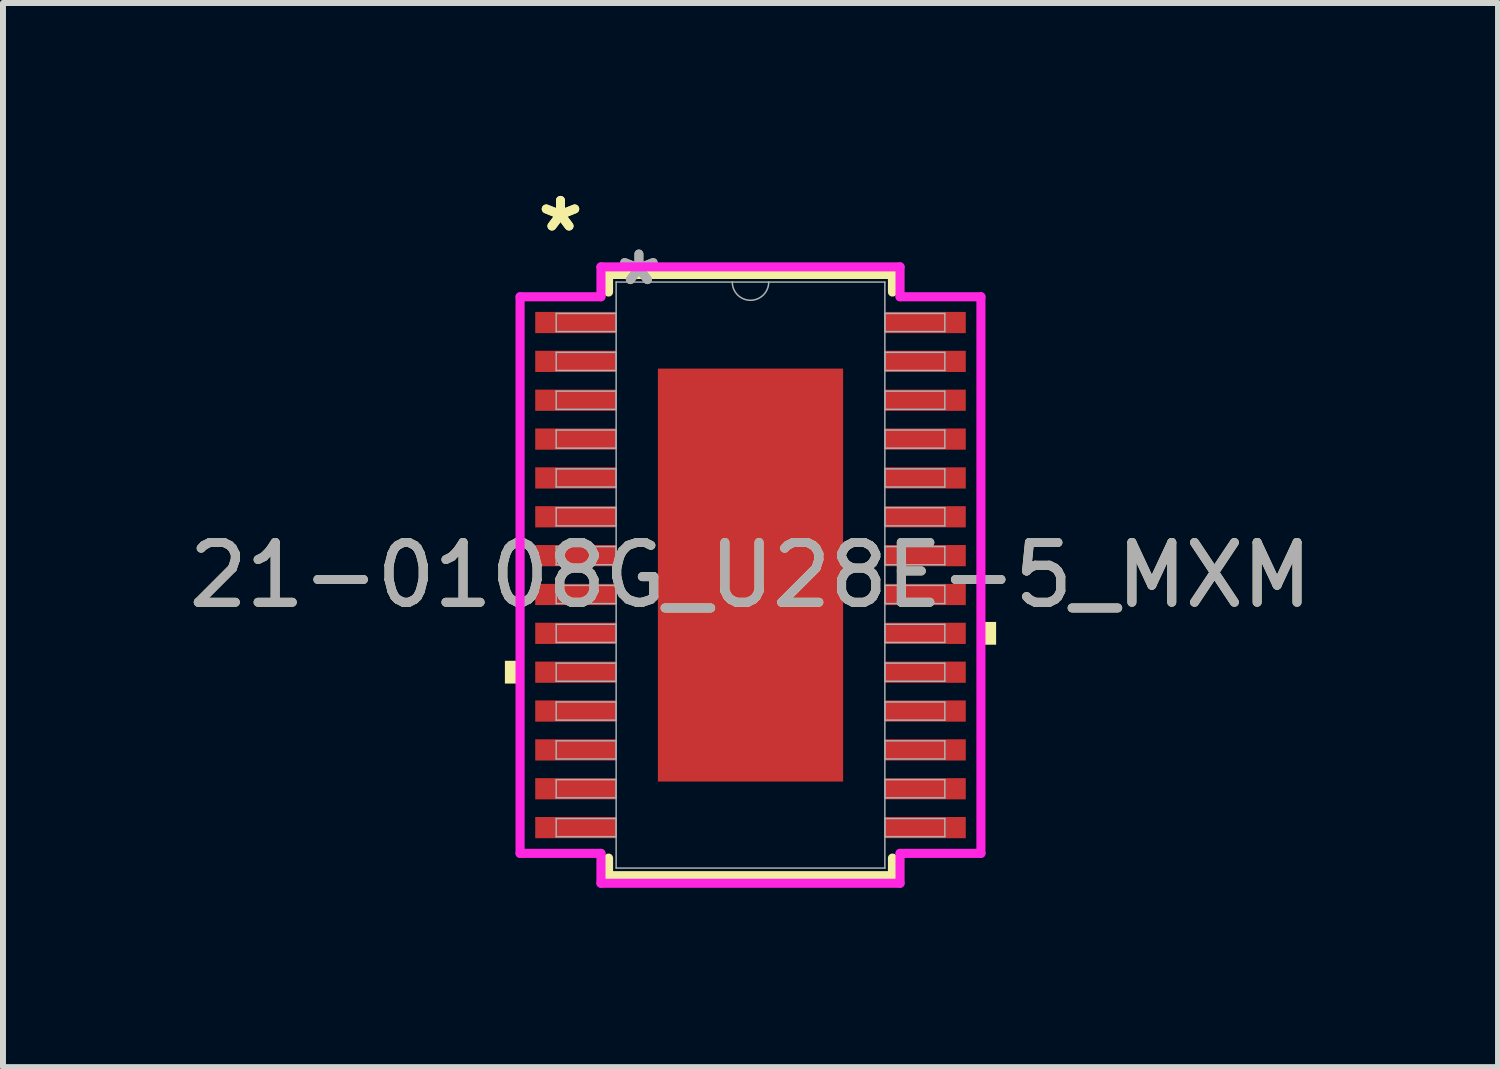
<source format=kicad_pcb>
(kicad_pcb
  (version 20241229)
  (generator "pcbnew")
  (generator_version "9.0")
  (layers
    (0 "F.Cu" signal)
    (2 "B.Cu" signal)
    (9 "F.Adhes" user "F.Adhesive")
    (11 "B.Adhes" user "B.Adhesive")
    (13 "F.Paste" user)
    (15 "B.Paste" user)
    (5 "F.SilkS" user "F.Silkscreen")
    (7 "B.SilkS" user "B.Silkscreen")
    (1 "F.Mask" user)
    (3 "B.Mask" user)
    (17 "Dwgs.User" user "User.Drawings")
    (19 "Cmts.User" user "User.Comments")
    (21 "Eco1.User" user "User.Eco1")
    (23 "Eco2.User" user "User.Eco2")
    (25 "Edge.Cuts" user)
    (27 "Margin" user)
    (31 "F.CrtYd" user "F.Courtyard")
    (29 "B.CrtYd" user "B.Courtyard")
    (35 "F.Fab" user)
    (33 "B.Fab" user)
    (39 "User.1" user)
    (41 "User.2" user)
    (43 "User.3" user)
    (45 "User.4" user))
  (footprint "21-0108G_U28E-5_MXM"
    (layer "F.Cu")
    (at 9.506 6.571)
    (property "Reference" "21-0108G_U28E-5_MXM" (at 0 0 0) (unlocked yes) (layer "F.SilkS") (effects (font (size 1 1) (thickness 0.15))))
    (attr smd)
    (fp_line (start -2.375 -5.029) (end -2.375 -4.735) (stroke (width 0.152) (type solid)) (layer "F.SilkS"))
    (fp_line (start -2.375 4.735) (end -2.375 5.029) (stroke (width 0.152) (type solid)) (layer "F.SilkS"))
    (fp_line (start -2.375 5.029) (end 2.375 5.029) (stroke (width 0.152) (type solid)) (layer "F.SilkS"))
    (fp_line (start 2.375 -5.029) (end -2.375 -5.029) (stroke (width 0.152) (type solid)) (layer "F.SilkS"))
    (fp_line (start 2.375 -4.735) (end 2.375 -5.029) (stroke (width 0.152) (type solid)) (layer "F.SilkS"))
    (fp_line (start 2.375 5.029) (end 2.375 4.735) (stroke (width 0.152) (type solid)) (layer "F.SilkS"))
    (fp_poly (pts (xy -4.109 1.434) (xy -4.109 1.815) (xy -3.855 1.815) (xy -3.855 1.434)) (stroke (width 0) (type solid)) (fill yes) (layer "F.SilkS"))
    (fp_poly (pts (xy 4.109 0.784) (xy 4.109 1.165) (xy 3.855 1.165) (xy 3.855 0.784)) (stroke (width 0) (type solid)) (fill yes) (layer "F.SilkS"))
    (fp_poly (pts (xy -1.449 -3.354) (xy -1.449 -2.173) (xy -0.1 -2.173) (xy -0.1 -3.354)) (stroke (width 0) (type solid)) (fill yes) (layer "F.Paste"))
    (fp_poly (pts (xy -1.449 -1.973) (xy -1.449 -0.791) (xy -0.1 -0.791) (xy -0.1 -1.973)) (stroke (width 0) (type solid)) (fill yes) (layer "F.Paste"))
    (fp_poly (pts (xy -1.449 -0.591) (xy -1.449 0.591) (xy -0.1 0.591) (xy -0.1 -0.591)) (stroke (width 0) (type solid)) (fill yes) (layer "F.Paste"))
    (fp_poly (pts (xy -1.449 0.791) (xy -1.449 1.973) (xy -0.1 1.973) (xy -0.1 0.791)) (stroke (width 0) (type solid)) (fill yes) (layer "F.Paste"))
    (fp_poly (pts (xy -1.449 2.173) (xy -1.449 3.354) (xy -0.1 3.354) (xy -0.1 2.173)) (stroke (width 0) (type solid)) (fill yes) (layer "F.Paste"))
    (fp_poly (pts (xy 0.1 -3.354) (xy 0.1 -2.173) (xy 1.449 -2.173) (xy 1.449 -3.354)) (stroke (width 0) (type solid)) (fill yes) (layer "F.Paste"))
    (fp_poly (pts (xy 0.1 -1.973) (xy 0.1 -0.791) (xy 1.449 -0.791) (xy 1.449 -1.973)) (stroke (width 0) (type solid)) (fill yes) (layer "F.Paste"))
    (fp_poly (pts (xy 0.1 -0.591) (xy 0.1 0.591) (xy 1.449 0.591) (xy 1.449 -0.591)) (stroke (width 0) (type solid)) (fill yes) (layer "F.Paste"))
    (fp_poly (pts (xy 0.1 0.791) (xy 0.1 1.973) (xy 1.449 1.973) (xy 1.449 0.791)) (stroke (width 0) (type solid)) (fill yes) (layer "F.Paste"))
    (fp_poly (pts (xy 0.1 2.173) (xy 0.1 3.354) (xy 1.449 3.354) (xy 1.449 2.173)) (stroke (width 0) (type solid)) (fill yes) (layer "F.Paste"))
    (fp_line (start -3.855 -4.656) (end -2.502 -4.656) (stroke (width 0.152) (type solid)) (layer "F.CrtYd"))
    (fp_line (start -3.855 4.656) (end -3.855 -4.656) (stroke (width 0.152) (type solid)) (layer "F.CrtYd"))
    (fp_line (start -3.855 4.656) (end -2.502 4.656) (stroke (width 0.152) (type solid)) (layer "F.CrtYd"))
    (fp_line (start -2.502 -5.156) (end 2.502 -5.156) (stroke (width 0.152) (type solid)) (layer "F.CrtYd"))
    (fp_line (start -2.502 -4.656) (end -2.502 -5.156) (stroke (width 0.152) (type solid)) (layer "F.CrtYd"))
    (fp_line (start -2.502 5.156) (end -2.502 4.656) (stroke (width 0.152) (type solid)) (layer "F.CrtYd"))
    (fp_line (start 2.502 -5.156) (end 2.502 -4.656) (stroke (width 0.152) (type solid)) (layer "F.CrtYd"))
    (fp_line (start 2.502 4.656) (end 2.502 5.156) (stroke (width 0.152) (type solid)) (layer "F.CrtYd"))
    (fp_line (start 2.502 5.156) (end -2.502 5.156) (stroke (width 0.152) (type solid)) (layer "F.CrtYd"))
    (fp_line (start 3.855 -4.656) (end 2.502 -4.656) (stroke (width 0.152) (type solid)) (layer "F.CrtYd"))
    (fp_line (start 3.855 -4.656) (end 3.855 4.656) (stroke (width 0.152) (type solid)) (layer "F.CrtYd"))
    (fp_line (start 3.855 4.656) (end 2.502 4.656) (stroke (width 0.152) (type solid)) (layer "F.CrtYd"))
    (fp_line (start -3.251 -4.377) (end -3.251 -4.073) (stroke (width 0.025) (type solid)) (layer "F.Fab"))
    (fp_line (start -3.251 -4.073) (end -2.248 -4.073) (stroke (width 0.025) (type solid)) (layer "F.Fab"))
    (fp_line (start -3.251 -3.727) (end -3.251 -3.423) (stroke (width 0.025) (type solid)) (layer "F.Fab"))
    (fp_line (start -3.251 -3.423) (end -2.248 -3.423) (stroke (width 0.025) (type solid)) (layer "F.Fab"))
    (fp_line (start -3.251 -3.077) (end -3.251 -2.773) (stroke (width 0.025) (type solid)) (layer "F.Fab"))
    (fp_line (start -3.251 -2.773) (end -2.248 -2.773) (stroke (width 0.025) (type solid)) (layer "F.Fab"))
    (fp_line (start -3.251 -2.427) (end -3.251 -2.123) (stroke (width 0.025) (type solid)) (layer "F.Fab"))
    (fp_line (start -3.251 -2.123) (end -2.248 -2.123) (stroke (width 0.025) (type solid)) (layer "F.Fab"))
    (fp_line (start -3.251 -1.777) (end -3.251 -1.473) (stroke (width 0.025) (type solid)) (layer "F.Fab"))
    (fp_line (start -3.251 -1.473) (end -2.248 -1.473) (stroke (width 0.025) (type solid)) (layer "F.Fab"))
    (fp_line (start -3.251 -1.127) (end -3.251 -0.823) (stroke (width 0.025) (type solid)) (layer "F.Fab"))
    (fp_line (start -3.251 -0.823) (end -2.248 -0.823) (stroke (width 0.025) (type solid)) (layer "F.Fab"))
    (fp_line (start -3.251 -0.477) (end -3.251 -0.173) (stroke (width 0.025) (type solid)) (layer "F.Fab"))
    (fp_line (start -3.251 -0.173) (end -2.248 -0.173) (stroke (width 0.025) (type solid)) (layer "F.Fab"))
    (fp_line (start -3.251 0.173) (end -3.251 0.477) (stroke (width 0.025) (type solid)) (layer "F.Fab"))
    (fp_line (start -3.251 0.477) (end -2.248 0.477) (stroke (width 0.025) (type solid)) (layer "F.Fab"))
    (fp_line (start -3.251 0.823) (end -3.251 1.127) (stroke (width 0.025) (type solid)) (layer "F.Fab"))
    (fp_line (start -3.251 1.127) (end -2.248 1.127) (stroke (width 0.025) (type solid)) (layer "F.Fab"))
    (fp_line (start -3.251 1.473) (end -3.251 1.777) (stroke (width 0.025) (type solid)) (layer "F.Fab"))
    (fp_line (start -3.251 1.777) (end -2.248 1.777) (stroke (width 0.025) (type solid)) (layer "F.Fab"))
    (fp_line (start -3.251 2.123) (end -3.251 2.427) (stroke (width 0.025) (type solid)) (layer "F.Fab"))
    (fp_line (start -3.251 2.427) (end -2.248 2.427) (stroke (width 0.025) (type solid)) (layer "F.Fab"))
    (fp_line (start -3.251 2.773) (end -3.251 3.077) (stroke (width 0.025) (type solid)) (layer "F.Fab"))
    (fp_line (start -3.251 3.077) (end -2.248 3.077) (stroke (width 0.025) (type solid)) (layer "F.Fab"))
    (fp_line (start -3.251 3.423) (end -3.251 3.727) (stroke (width 0.025) (type solid)) (layer "F.Fab"))
    (fp_line (start -3.251 3.727) (end -2.248 3.727) (stroke (width 0.025) (type solid)) (layer "F.Fab"))
    (fp_line (start -3.251 4.073) (end -3.251 4.377) (stroke (width 0.025) (type solid)) (layer "F.Fab"))
    (fp_line (start -3.251 4.377) (end -2.248 4.377) (stroke (width 0.025) (type solid)) (layer "F.Fab"))
    (fp_line (start -2.248 -4.902) (end -2.248 4.902) (stroke (width 0.025) (type solid)) (layer "F.Fab"))
    (fp_line (start -2.248 -4.377) (end -3.251 -4.377) (stroke (width 0.025) (type solid)) (layer "F.Fab"))
    (fp_line (start -2.248 -4.073) (end -2.248 -4.377) (stroke (width 0.025) (type solid)) (layer "F.Fab"))
    (fp_line (start -2.248 -3.727) (end -3.251 -3.727) (stroke (width 0.025) (type solid)) (layer "F.Fab"))
    (fp_line (start -2.248 -3.423) (end -2.248 -3.727) (stroke (width 0.025) (type solid)) (layer "F.Fab"))
    (fp_line (start -2.248 -3.077) (end -3.251 -3.077) (stroke (width 0.025) (type solid)) (layer "F.Fab"))
    (fp_line (start -2.248 -2.773) (end -2.248 -3.077) (stroke (width 0.025) (type solid)) (layer "F.Fab"))
    (fp_line (start -2.248 -2.427) (end -3.251 -2.427) (stroke (width 0.025) (type solid)) (layer "F.Fab"))
    (fp_line (start -2.248 -2.123) (end -2.248 -2.427) (stroke (width 0.025) (type solid)) (layer "F.Fab"))
    (fp_line (start -2.248 -1.777) (end -3.251 -1.777) (stroke (width 0.025) (type solid)) (layer "F.Fab"))
    (fp_line (start -2.248 -1.473) (end -2.248 -1.777) (stroke (width 0.025) (type solid)) (layer "F.Fab"))
    (fp_line (start -2.248 -1.127) (end -3.251 -1.127) (stroke (width 0.025) (type solid)) (layer "F.Fab"))
    (fp_line (start -2.248 -0.823) (end -2.248 -1.127) (stroke (width 0.025) (type solid)) (layer "F.Fab"))
    (fp_line (start -2.248 -0.477) (end -3.251 -0.477) (stroke (width 0.025) (type solid)) (layer "F.Fab"))
    (fp_line (start -2.248 -0.173) (end -2.248 -0.477) (stroke (width 0.025) (type solid)) (layer "F.Fab"))
    (fp_line (start -2.248 0.173) (end -3.251 0.173) (stroke (width 0.025) (type solid)) (layer "F.Fab"))
    (fp_line (start -2.248 0.477) (end -2.248 0.173) (stroke (width 0.025) (type solid)) (layer "F.Fab"))
    (fp_line (start -2.248 0.823) (end -3.251 0.823) (stroke (width 0.025) (type solid)) (layer "F.Fab"))
    (fp_line (start -2.248 1.127) (end -2.248 0.823) (stroke (width 0.025) (type solid)) (layer "F.Fab"))
    (fp_line (start -2.248 1.473) (end -3.251 1.473) (stroke (width 0.025) (type solid)) (layer "F.Fab"))
    (fp_line (start -2.248 1.777) (end -2.248 1.473) (stroke (width 0.025) (type solid)) (layer "F.Fab"))
    (fp_line (start -2.248 2.123) (end -3.251 2.123) (stroke (width 0.025) (type solid)) (layer "F.Fab"))
    (fp_line (start -2.248 2.427) (end -2.248 2.123) (stroke (width 0.025) (type solid)) (layer "F.Fab"))
    (fp_line (start -2.248 2.773) (end -3.251 2.773) (stroke (width 0.025) (type solid)) (layer "F.Fab"))
    (fp_line (start -2.248 3.077) (end -2.248 2.773) (stroke (width 0.025) (type solid)) (layer "F.Fab"))
    (fp_line (start -2.248 3.423) (end -3.251 3.423) (stroke (width 0.025) (type solid)) (layer "F.Fab"))
    (fp_line (start -2.248 3.727) (end -2.248 3.423) (stroke (width 0.025) (type solid)) (layer "F.Fab"))
    (fp_line (start -2.248 4.073) (end -3.251 4.073) (stroke (width 0.025) (type solid)) (layer "F.Fab"))
    (fp_line (start -2.248 4.377) (end -2.248 4.073) (stroke (width 0.025) (type solid)) (layer "F.Fab"))
    (fp_line (start -2.248 4.902) (end 2.248 4.902) (stroke (width 0.025) (type solid)) (layer "F.Fab"))
    (fp_line (start 2.248 -4.902) (end -2.248 -4.902) (stroke (width 0.025) (type solid)) (layer "F.Fab"))
    (fp_line (start 2.248 -4.377) (end 2.248 -4.073) (stroke (width 0.025) (type solid)) (layer "F.Fab"))
    (fp_line (start 2.248 -4.073) (end 3.251 -4.073) (stroke (width 0.025) (type solid)) (layer "F.Fab"))
    (fp_line (start 2.248 -3.727) (end 2.248 -3.423) (stroke (width 0.025) (type solid)) (layer "F.Fab"))
    (fp_line (start 2.248 -3.423) (end 3.251 -3.423) (stroke (width 0.025) (type solid)) (layer "F.Fab"))
    (fp_line (start 2.248 -3.077) (end 2.248 -2.773) (stroke (width 0.025) (type solid)) (layer "F.Fab"))
    (fp_line (start 2.248 -2.773) (end 3.251 -2.773) (stroke (width 0.025) (type solid)) (layer "F.Fab"))
    (fp_line (start 2.248 -2.427) (end 2.248 -2.123) (stroke (width 0.025) (type solid)) (layer "F.Fab"))
    (fp_line (start 2.248 -2.123) (end 3.251 -2.123) (stroke (width 0.025) (type solid)) (layer "F.Fab"))
    (fp_line (start 2.248 -1.777) (end 2.248 -1.473) (stroke (width 0.025) (type solid)) (layer "F.Fab"))
    (fp_line (start 2.248 -1.473) (end 3.251 -1.473) (stroke (width 0.025) (type solid)) (layer "F.Fab"))
    (fp_line (start 2.248 -1.127) (end 2.248 -0.823) (stroke (width 0.025) (type solid)) (layer "F.Fab"))
    (fp_line (start 2.248 -0.823) (end 3.251 -0.823) (stroke (width 0.025) (type solid)) (layer "F.Fab"))
    (fp_line (start 2.248 -0.477) (end 2.248 -0.173) (stroke (width 0.025) (type solid)) (layer "F.Fab"))
    (fp_line (start 2.248 -0.173) (end 3.251 -0.173) (stroke (width 0.025) (type solid)) (layer "F.Fab"))
    (fp_line (start 2.248 0.173) (end 2.248 0.477) (stroke (width 0.025) (type solid)) (layer "F.Fab"))
    (fp_line (start 2.248 0.477) (end 3.251 0.477) (stroke (width 0.025) (type solid)) (layer "F.Fab"))
    (fp_line (start 2.248 0.823) (end 2.248 1.127) (stroke (width 0.025) (type solid)) (layer "F.Fab"))
    (fp_line (start 2.248 1.127) (end 3.251 1.127) (stroke (width 0.025) (type solid)) (layer "F.Fab"))
    (fp_line (start 2.248 1.473) (end 2.248 1.777) (stroke (width 0.025) (type solid)) (layer "F.Fab"))
    (fp_line (start 2.248 1.777) (end 3.251 1.777) (stroke (width 0.025) (type solid)) (layer "F.Fab"))
    (fp_line (start 2.248 2.123) (end 2.248 2.427) (stroke (width 0.025) (type solid)) (layer "F.Fab"))
    (fp_line (start 2.248 2.427) (end 3.251 2.427) (stroke (width 0.025) (type solid)) (layer "F.Fab"))
    (fp_line (start 2.248 2.773) (end 2.248 3.077) (stroke (width 0.025) (type solid)) (layer "F.Fab"))
    (fp_line (start 2.248 3.077) (end 3.251 3.077) (stroke (width 0.025) (type solid)) (layer "F.Fab"))
    (fp_line (start 2.248 3.423) (end 2.248 3.727) (stroke (width 0.025) (type solid)) (layer "F.Fab"))
    (fp_line (start 2.248 3.727) (end 3.251 3.727) (stroke (width 0.025) (type solid)) (layer "F.Fab"))
    (fp_line (start 2.248 4.073) (end 2.248 4.377) (stroke (width 0.025) (type solid)) (layer "F.Fab"))
    (fp_line (start 2.248 4.377) (end 3.251 4.377) (stroke (width 0.025) (type solid)) (layer "F.Fab"))
    (fp_line (start 2.248 4.902) (end 2.248 -4.902) (stroke (width 0.025) (type solid)) (layer "F.Fab"))
    (fp_line (start 3.251 -4.377) (end 2.248 -4.377) (stroke (width 0.025) (type solid)) (layer "F.Fab"))
    (fp_line (start 3.251 -4.073) (end 3.251 -4.377) (stroke (width 0.025) (type solid)) (layer "F.Fab"))
    (fp_line (start 3.251 -3.727) (end 2.248 -3.727) (stroke (width 0.025) (type solid)) (layer "F.Fab"))
    (fp_line (start 3.251 -3.423) (end 3.251 -3.727) (stroke (width 0.025) (type solid)) (layer "F.Fab"))
    (fp_line (start 3.251 -3.077) (end 2.248 -3.077) (stroke (width 0.025) (type solid)) (layer "F.Fab"))
    (fp_line (start 3.251 -2.773) (end 3.251 -3.077) (stroke (width 0.025) (type solid)) (layer "F.Fab"))
    (fp_line (start 3.251 -2.427) (end 2.248 -2.427) (stroke (width 0.025) (type solid)) (layer "F.Fab"))
    (fp_line (start 3.251 -2.123) (end 3.251 -2.427) (stroke (width 0.025) (type solid)) (layer "F.Fab"))
    (fp_line (start 3.251 -1.777) (end 2.248 -1.777) (stroke (width 0.025) (type solid)) (layer "F.Fab"))
    (fp_line (start 3.251 -1.473) (end 3.251 -1.777) (stroke (width 0.025) (type solid)) (layer "F.Fab"))
    (fp_line (start 3.251 -1.127) (end 2.248 -1.127) (stroke (width 0.025) (type solid)) (layer "F.Fab"))
    (fp_line (start 3.251 -0.823) (end 3.251 -1.127) (stroke (width 0.025) (type solid)) (layer "F.Fab"))
    (fp_line (start 3.251 -0.477) (end 2.248 -0.477) (stroke (width 0.025) (type solid)) (layer "F.Fab"))
    (fp_line (start 3.251 -0.173) (end 3.251 -0.477) (stroke (width 0.025) (type solid)) (layer "F.Fab"))
    (fp_line (start 3.251 0.173) (end 2.248 0.173) (stroke (width 0.025) (type solid)) (layer "F.Fab"))
    (fp_line (start 3.251 0.477) (end 3.251 0.173) (stroke (width 0.025) (type solid)) (layer "F.Fab"))
    (fp_line (start 3.251 0.823) (end 2.248 0.823) (stroke (width 0.025) (type solid)) (layer "F.Fab"))
    (fp_line (start 3.251 1.127) (end 3.251 0.823) (stroke (width 0.025) (type solid)) (layer "F.Fab"))
    (fp_line (start 3.251 1.473) (end 2.248 1.473) (stroke (width 0.025) (type solid)) (layer "F.Fab"))
    (fp_line (start 3.251 1.777) (end 3.251 1.473) (stroke (width 0.025) (type solid)) (layer "F.Fab"))
    (fp_line (start 3.251 2.123) (end 2.248 2.123) (stroke (width 0.025) (type solid)) (layer "F.Fab"))
    (fp_line (start 3.251 2.427) (end 3.251 2.123) (stroke (width 0.025) (type solid)) (layer "F.Fab"))
    (fp_line (start 3.251 2.773) (end 2.248 2.773) (stroke (width 0.025) (type solid)) (layer "F.Fab"))
    (fp_line (start 3.251 3.077) (end 3.251 2.773) (stroke (width 0.025) (type solid)) (layer "F.Fab"))
    (fp_line (start 3.251 3.423) (end 2.248 3.423) (stroke (width 0.025) (type solid)) (layer "F.Fab"))
    (fp_line (start 3.251 3.727) (end 3.251 3.423) (stroke (width 0.025) (type solid)) (layer "F.Fab"))
    (fp_line (start 3.251 4.073) (end 2.248 4.073) (stroke (width 0.025) (type solid)) (layer "F.Fab"))
    (fp_line (start 3.251 4.377) (end 3.251 4.073) (stroke (width 0.025) (type solid)) (layer "F.Fab"))
    (fp_arc (start 0.3048 -4.9022) (mid 0 -4.5974) (end -0.3048 -4.9022) (stroke (width 0.0254) (type solid)) (layer "F.Fab"))
    (fp_text user "*" (at -3.179 -5.723 0) (layer "F.SilkS") (effects (font (size 1 1) (thickness 0.15))))
    (fp_text user "*" (at -3.179 -5.723 0) (unlocked yes) (layer "F.SilkS") (effects (font (size 1 1) (thickness 0.15))))
    (fp_text user "${REFERENCE}" (at 0 0 0) (unlocked yes) (layer "F.Fab") (effects (font (size 1 1) (thickness 0.15))))
    (fp_text user "*" (at -1.867 -4.826 0) (layer "F.Fab") (effects (font (size 1 1) (thickness 0.15))))
    (fp_text user "*" (at -1.867 -4.826 0) (unlocked yes) (layer "F.Fab") (effects (font (size 1 1) (thickness 0.15))))
    (pad "1" smd rect (at -2.925 -4.225) (size 1.353 0.355) (layers "F.Cu" "F.Mask" "F.Paste"))
    (pad "2" smd rect (at -2.925 -3.575) (size 1.353 0.355) (layers "F.Cu" "F.Mask" "F.Paste"))
    (pad "3" smd rect (at -2.925 -2.925) (size 1.353 0.355) (layers "F.Cu" "F.Mask" "F.Paste"))
    (pad "4" smd rect (at -2.925 -2.275) (size 1.353 0.355) (layers "F.Cu" "F.Mask" "F.Paste"))
    (pad "5" smd rect (at -2.925 -1.625) (size 1.353 0.355) (layers "F.Cu" "F.Mask" "F.Paste"))
    (pad "6" smd rect (at -2.925 -0.975) (size 1.353 0.355) (layers "F.Cu" "F.Mask" "F.Paste"))
    (pad "7" smd rect (at -2.925 -0.325) (size 1.353 0.355) (layers "F.Cu" "F.Mask" "F.Paste"))
    (pad "8" smd rect (at -2.925 0.325) (size 1.353 0.355) (layers "F.Cu" "F.Mask" "F.Paste"))
    (pad "9" smd rect (at -2.925 0.975) (size 1.353 0.355) (layers "F.Cu" "F.Mask" "F.Paste"))
    (pad "10" smd rect (at -2.925 1.625) (size 1.353 0.355) (layers "F.Cu" "F.Mask" "F.Paste"))
    (pad "11" smd rect (at -2.925 2.275) (size 1.353 0.355) (layers "F.Cu" "F.Mask" "F.Paste"))
    (pad "12" smd rect (at -2.925 2.925) (size 1.353 0.355) (layers "F.Cu" "F.Mask" "F.Paste"))
    (pad "13" smd rect (at -2.925 3.575) (size 1.353 0.355) (layers "F.Cu" "F.Mask" "F.Paste"))
    (pad "14" smd rect (at -2.925 4.225) (size 1.353 0.355) (layers "F.Cu" "F.Mask" "F.Paste"))
    (pad "15" smd rect (at 2.925 4.225) (size 1.353 0.355) (layers "F.Cu" "F.Mask" "F.Paste"))
    (pad "16" smd rect (at 2.925 3.575) (size 1.353 0.355) (layers "F.Cu" "F.Mask" "F.Paste"))
    (pad "17" smd rect (at 2.925 2.925) (size 1.353 0.355) (layers "F.Cu" "F.Mask" "F.Paste"))
    (pad "18" smd rect (at 2.925 2.275) (size 1.353 0.355) (layers "F.Cu" "F.Mask" "F.Paste"))
    (pad "19" smd rect (at 2.925 1.625) (size 1.353 0.355) (layers "F.Cu" "F.Mask" "F.Paste"))
    (pad "20" smd rect (at 2.925 0.975) (size 1.353 0.355) (layers "F.Cu" "F.Mask" "F.Paste"))
    (pad "21" smd rect (at 2.925 0.325) (size 1.353 0.355) (layers "F.Cu" "F.Mask" "F.Paste"))
    (pad "22" smd rect (at 2.925 -0.325) (size 1.353 0.355) (layers "F.Cu" "F.Mask" "F.Paste"))
    (pad "23" smd rect (at 2.925 -0.975) (size 1.353 0.355) (layers "F.Cu" "F.Mask" "F.Paste"))
    (pad "24" smd rect (at 2.925 -1.625) (size 1.353 0.355) (layers "F.Cu" "F.Mask" "F.Paste"))
    (pad "25" smd rect (at 2.925 -2.275) (size 1.353 0.355) (layers "F.Cu" "F.Mask" "F.Paste"))
    (pad "26" smd rect (at 2.925 -2.925) (size 1.353 0.355) (layers "F.Cu" "F.Mask" "F.Paste"))
    (pad "27" smd rect (at 2.925 -3.575) (size 1.353 0.355) (layers "F.Cu" "F.Mask" "F.Paste"))
    (pad "28" smd rect (at 2.925 -4.225) (size 1.353 0.355) (layers "F.Cu" "F.Mask" "F.Paste"))
    (pad "EPAD" smd rect (at 0 0) (size 3.099 6.909) (layers "F.Cu" "F.Mask")))
  (gr_rect
    (start -3 -3)
    (end 22.012 14.803)
    (stroke (width 0.1) (type default))
    (fill no)
    (layer "Edge.Cuts")))
</source>
